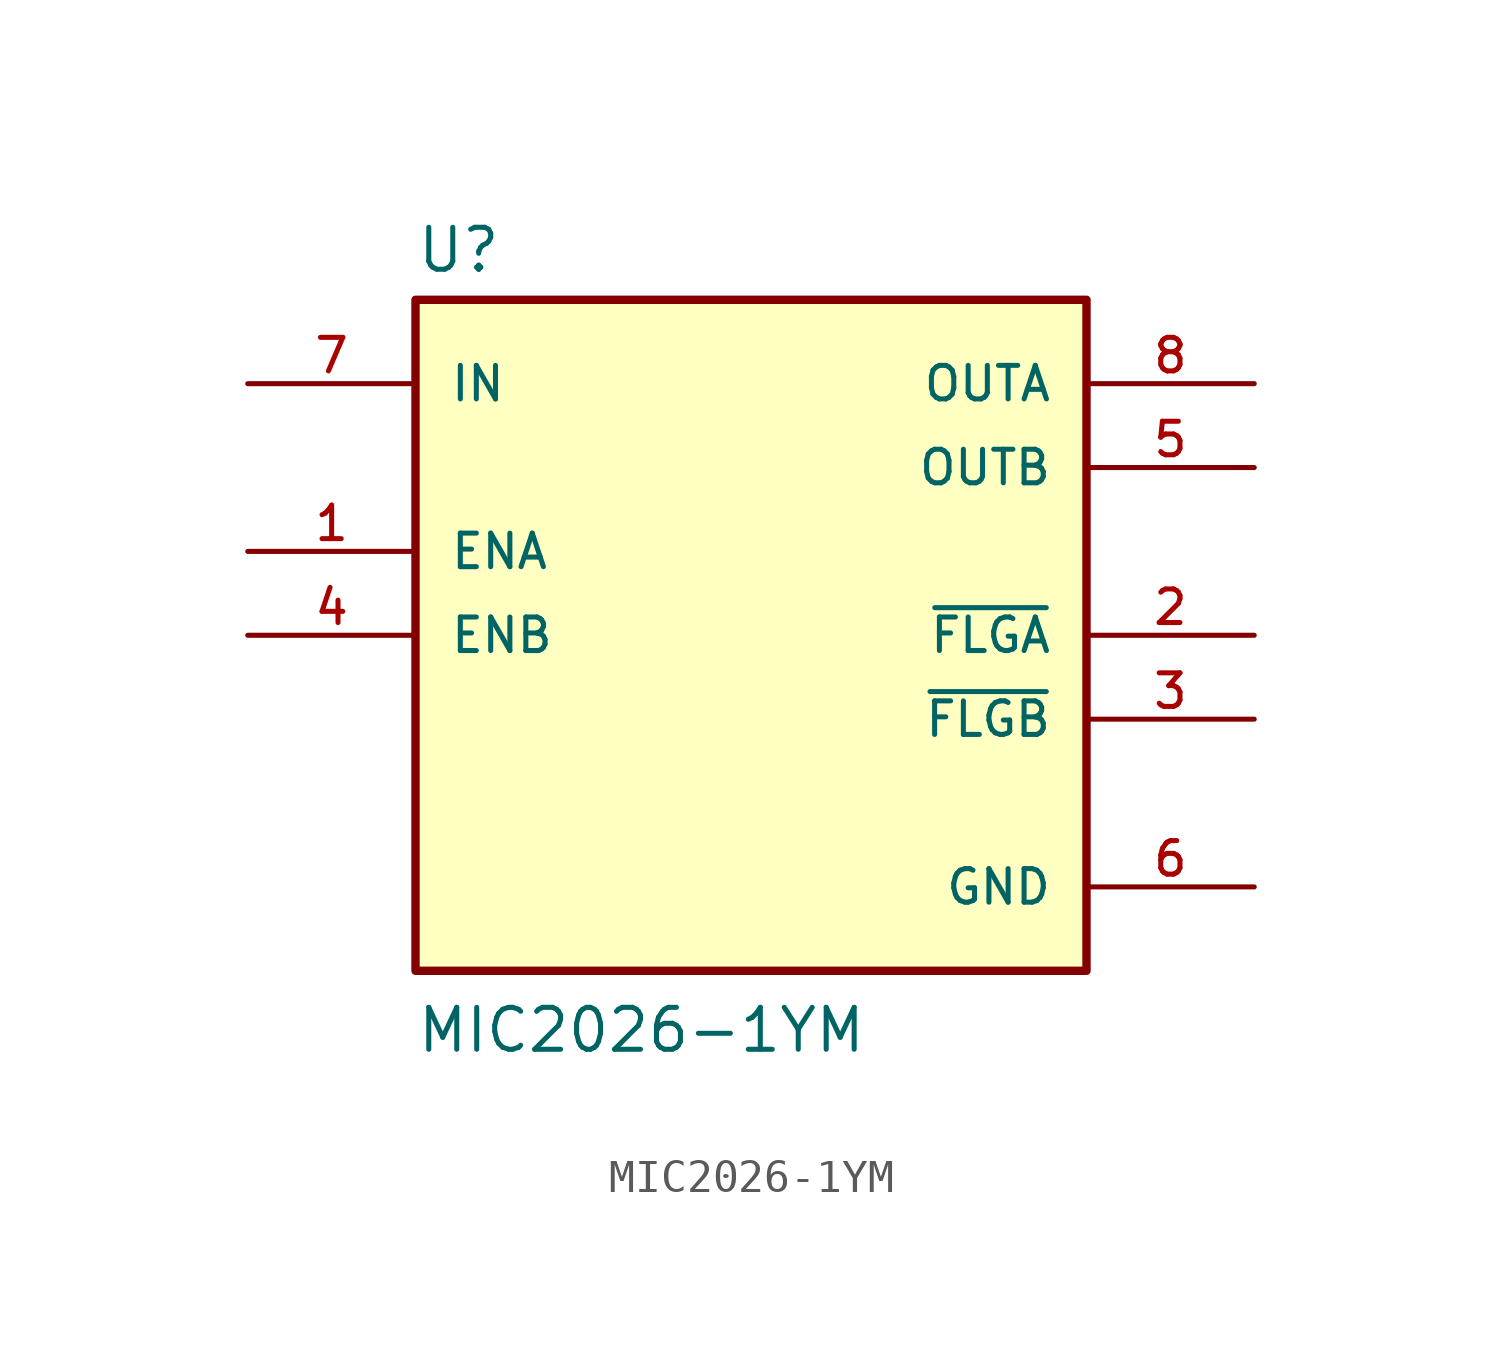
<source format=kicad_sym>
(kicad_symbol_lib
  (version 20211014)
  (generator kicad_symbol_editor)
  (symbol "MIC2026-1YM"
    (pin_names
      (offset 1.016))
    (property "Reference" "U"
      (at -10.16 10.922 0)
      (effects (font (size 1.27 1.27)) (justify bottom left)))
    (property "Value" "MIC2026-1YM"
      (at -10.16 -12.7 0)
      (effects (font (size 1.27 1.27)) (justify bottom left)))
    (symbol "MIC2026-1YM_0_0"
      (rectangle (start -10.16 -10.16) (end 10.16 10.16) (stroke (width 0.254)) (fill (type background)))
      (pin input line (at -15.24 2.54 0) (length 5.08) (name "ENA" (effects (font (size 1.016 1.016)))) (number "1" (effects (font (size 1.016 1.016)))))
      (pin output line (at 15.24 0.0 180.0) (length 5.08) (name "~{FLGA}" (effects (font (size 1.016 1.016)))) (number "2" (effects (font (size 1.016 1.016)))))
      (pin output line (at 15.24 -2.54 180.0) (length 5.08) (name "~{FLGB}" (effects (font (size 1.016 1.016)))) (number "3" (effects (font (size 1.016 1.016)))))
      (pin input line (at -15.24 0.0 0) (length 5.08) (name "ENB" (effects (font (size 1.016 1.016)))) (number "4" (effects (font (size 1.016 1.016)))))
      (pin output line (at 15.24 5.08 180.0) (length 5.08) (name "OUTB" (effects (font (size 1.016 1.016)))) (number "5" (effects (font (size 1.016 1.016)))))
      (pin power_in line (at 15.24 -7.62 180.0) (length 5.08) (name "GND" (effects (font (size 1.016 1.016)))) (number "6" (effects (font (size 1.016 1.016)))))
      (pin input line (at -15.24 7.62 0) (length 5.08) (name "IN" (effects (font (size 1.016 1.016)))) (number "7" (effects (font (size 1.016 1.016)))))
      (pin output line (at 15.24 7.62 180.0) (length 5.08) (name "OUTA" (effects (font (size 1.016 1.016)))) (number "8" (effects (font (size 1.016 1.016))))))))
</source>
